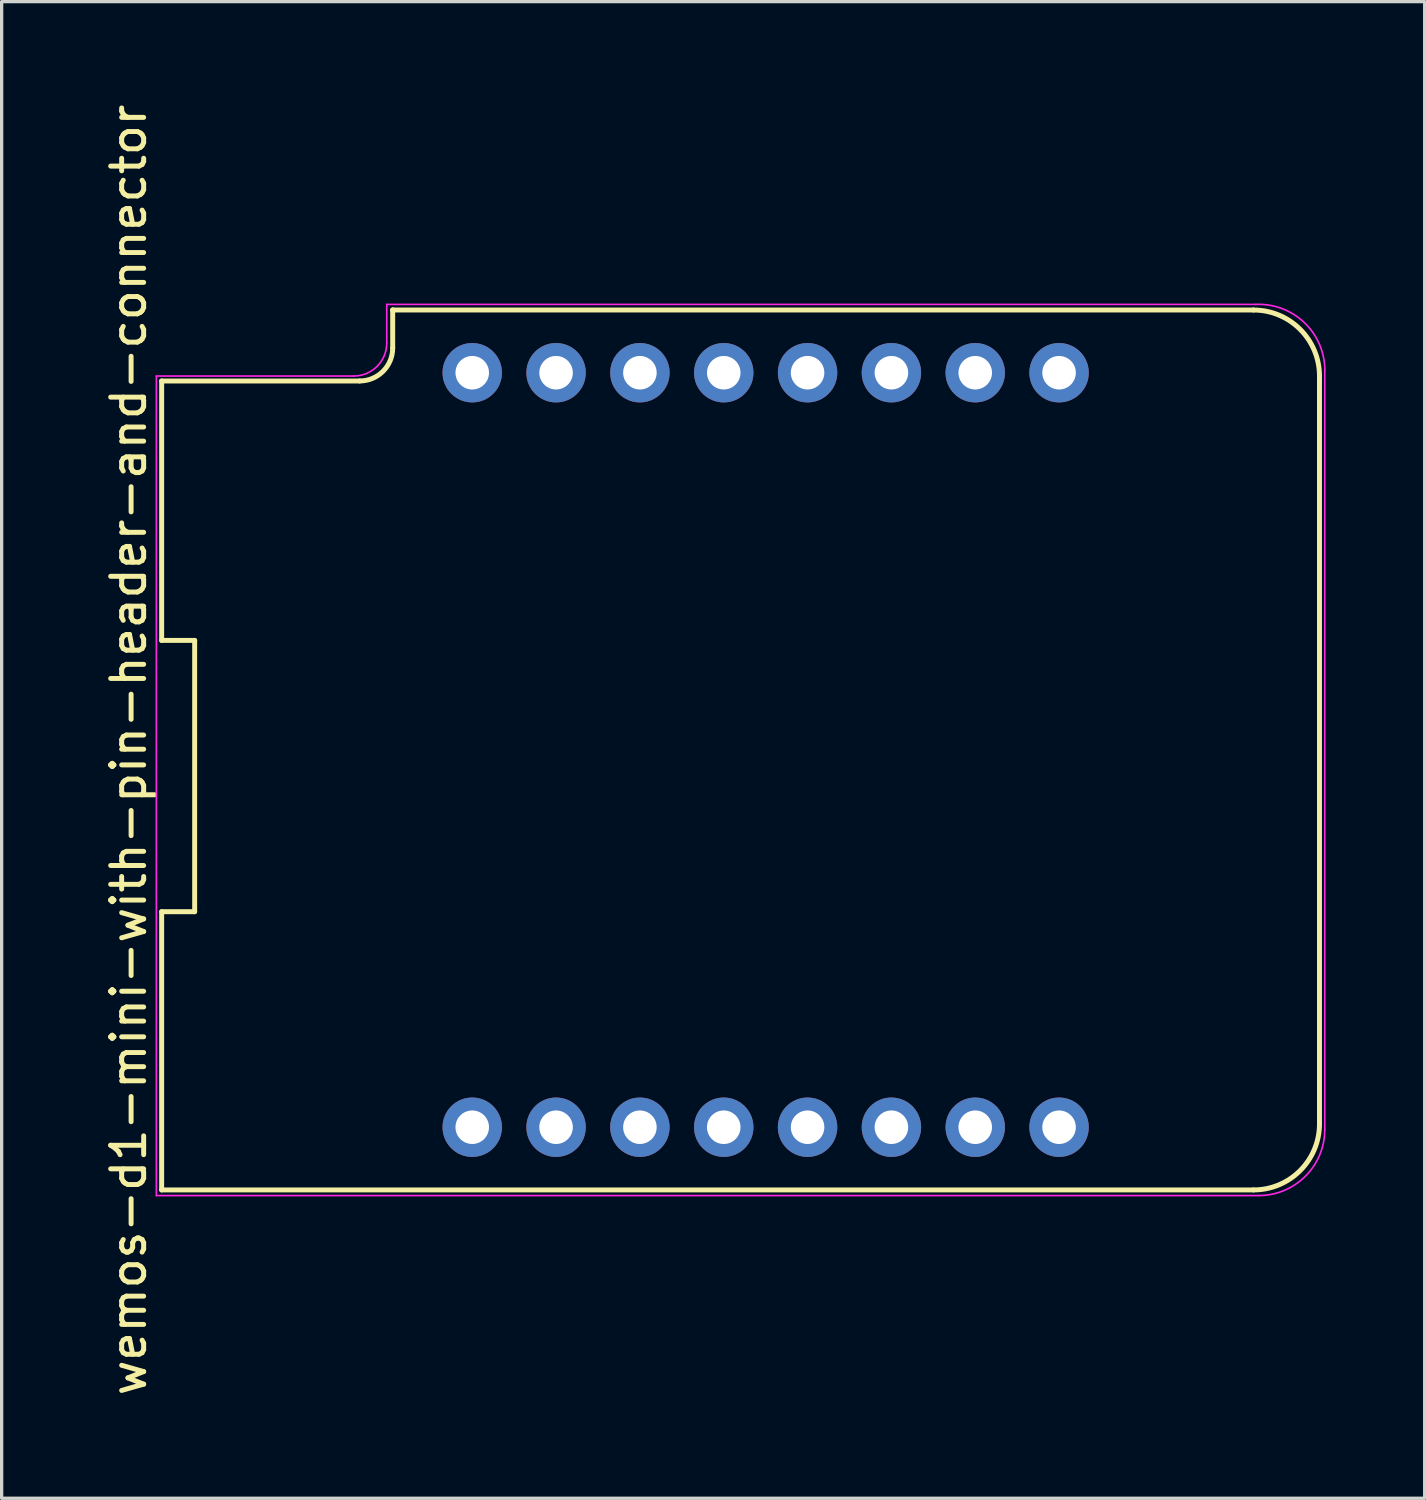
<source format=kicad_pcb>
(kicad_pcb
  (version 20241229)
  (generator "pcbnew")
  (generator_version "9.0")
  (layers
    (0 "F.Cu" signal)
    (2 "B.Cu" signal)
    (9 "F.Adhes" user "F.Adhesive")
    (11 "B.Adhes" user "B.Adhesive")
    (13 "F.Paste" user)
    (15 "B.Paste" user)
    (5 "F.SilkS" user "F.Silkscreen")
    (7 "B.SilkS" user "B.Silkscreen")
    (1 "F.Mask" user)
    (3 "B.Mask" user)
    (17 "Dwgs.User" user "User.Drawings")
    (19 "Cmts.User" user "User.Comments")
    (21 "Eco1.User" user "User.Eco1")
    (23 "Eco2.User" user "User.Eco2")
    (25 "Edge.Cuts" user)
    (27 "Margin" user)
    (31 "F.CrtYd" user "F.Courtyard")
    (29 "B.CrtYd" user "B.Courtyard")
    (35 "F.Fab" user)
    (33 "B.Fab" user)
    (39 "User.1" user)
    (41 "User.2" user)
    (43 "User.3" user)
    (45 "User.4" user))
  (footprint "wemos-d1-mini-with-pin-header-and-connector"
    (layer "F.Cu")
    (at 20.148 19.673)
    (property "Reference" "wemos-d1-mini-with-pin-header-and-connector" (at -19.3 0 90) (layer "F.SilkS") (effects (font (size 1 1) (thickness 0.15))))
    (attr through_hole)
    (fp_line (start -18.3 -11.18) (end -18.3 -3.32) (stroke (width 0.15) (type solid)) (layer "F.SilkS"))
    (fp_line (start -18.3 -11.18) (end -12.3 -11.18) (stroke (width 0.15) (type solid)) (layer "F.SilkS"))
    (fp_line (start -18.3 -3.32) (end -17.3 -3.32) (stroke (width 0.15) (type solid)) (layer "F.SilkS"))
    (fp_line (start -18.3 4.9) (end -18.3 13.33) (stroke (width 0.15) (type solid)) (layer "F.SilkS"))
    (fp_line (start -18.3 13.33) (end 14.78 13.33) (stroke (width 0.15) (type solid)) (layer "F.SilkS"))
    (fp_line (start -17.3 -3.32) (end -17.3 4.9) (stroke (width 0.15) (type solid)) (layer "F.SilkS"))
    (fp_line (start -17.3 4.9) (end -18.3 4.9) (stroke (width 0.15) (type solid)) (layer "F.SilkS"))
    (fp_line (start -11.3 -13.33) (end -11.3 -13.33) (stroke (width 0.15) (type solid)) (layer "F.SilkS"))
    (fp_line (start -11.3 -12.17) (end -11.3 -13.33) (stroke (width 0.15) (type solid)) (layer "F.SilkS"))
    (fp_line (start 14.78 -13.33) (end -11.3 -13.33) (stroke (width 0.15) (type solid)) (layer "F.SilkS"))
    (fp_line (start 16.78 11.33) (end 16.78 -11.33) (stroke (width 0.15) (type solid)) (layer "F.SilkS"))
    (fp_arc (start -11.3 -12.18) (mid -11.592893 -11.472893) (end -12.3 -11.18) (stroke (width 0.15) (type solid)) (layer "F.SilkS"))
    (fp_arc (start 14.78 -13.33) (mid 16.194214 -12.744214) (end 16.78 -11.33) (stroke (width 0.15) (type solid)) (layer "F.SilkS"))
    (fp_arc (start 16.78 11.33) (mid 16.194214 12.744214) (end 14.78 13.33) (stroke (width 0.15) (type solid)) (layer "F.SilkS"))
    (fp_line (start -18.46 -11.33) (end -12.48 -11.33) (stroke (width 0.05) (type solid)) (layer "F.CrtYd"))
    (fp_line (start -18.46 13.5) (end -18.46 -11.33) (stroke (width 0.05) (type solid)) (layer "F.CrtYd"))
    (fp_line (start -11.48 -13.5) (end -11.48 -12.33) (stroke (width 0.05) (type solid)) (layer "F.CrtYd"))
    (fp_line (start -11.48 -13.5) (end 14.85 -13.5) (stroke (width 0.05) (type solid)) (layer "F.CrtYd"))
    (fp_line (start 14.94 13.5) (end -18.46 13.5) (stroke (width 0.05) (type solid)) (layer "F.CrtYd"))
    (fp_line (start 16.94 -11.5) (end 16.94 11.5) (stroke (width 0.05) (type solid)) (layer "F.CrtYd"))
    (fp_arc (start -11.48 -12.33) (mid -11.772893 -11.622893) (end -12.48 -11.33) (stroke (width 0.05) (type solid)) (layer "F.CrtYd"))
    (fp_arc (start 14.85 -13.5) (mid 16.323459 -12.947115) (end 16.942024 -11.5) (stroke (width 0.05) (type solid)) (layer "F.CrtYd"))
    (fp_arc (start 16.94 11.5) (mid 16.354214 12.914214) (end 14.94 13.5) (stroke (width 0.05) (type solid)) (layer "F.CrtYd"))
    (pad "1" thru_hole circle (at -8.89 11.43) (size 1.8 1.8) (drill 1.016) (layers "*.Cu" "*.Mask"))
    (pad "2" thru_hole circle (at -6.35 11.43) (size 1.8 1.8) (drill 1.016) (layers "*.Cu" "*.Mask"))
    (pad "3" thru_hole circle (at -3.81 11.43) (size 1.8 1.8) (drill 1.016) (layers "*.Cu" "*.Mask"))
    (pad "4" thru_hole circle (at -1.27 11.43) (size 1.8 1.8) (drill 1.016) (layers "*.Cu" "*.Mask"))
    (pad "5" thru_hole circle (at 1.27 11.43) (size 1.8 1.8) (drill 1.016) (layers "*.Cu" "*.Mask"))
    (pad "6" thru_hole circle (at 3.81 11.43) (size 1.8 1.8) (drill 1.016) (layers "*.Cu" "*.Mask"))
    (pad "7" thru_hole circle (at 6.35 11.43) (size 1.8 1.8) (drill 1.016) (layers "*.Cu" "*.Mask"))
    (pad "8" thru_hole circle (at 8.89 11.43) (size 1.8 1.8) (drill 1.016) (layers "*.Cu" "*.Mask"))
    (pad "9" thru_hole circle (at 8.89 -11.43) (size 1.8 1.8) (drill 1.016) (layers "*.Cu" "*.Mask"))
    (pad "10" thru_hole circle (at 6.35 -11.43) (size 1.8 1.8) (drill 1.016) (layers "*.Cu" "*.Mask"))
    (pad "11" thru_hole circle (at 3.81 -11.43) (size 1.8 1.8) (drill 1.016) (layers "*.Cu" "*.Mask"))
    (pad "12" thru_hole circle (at 1.27 -11.43) (size 1.8 1.8) (drill 1.016) (layers "*.Cu" "*.Mask"))
    (pad "13" thru_hole circle (at -1.27 -11.43) (size 1.8 1.8) (drill 1.016) (layers "*.Cu" "*.Mask"))
    (pad "14" thru_hole circle (at -3.81 -11.43) (size 1.8 1.8) (drill 1.016) (layers "*.Cu" "*.Mask"))
    (pad "15" thru_hole circle (at -6.35 -11.43) (size 1.8 1.8) (drill 1.016) (layers "*.Cu" "*.Mask"))
    (pad "16" thru_hole circle (at -8.89 -11.43) (size 1.8 1.8) (drill 1.016) (layers "*.Cu" "*.Mask")))
  (gr_rect
    (start -3 -3)
    (end 40.115 42.345)
    (stroke (width 0.1) (type default))
    (fill no)
    (layer "Edge.Cuts")))
</source>
